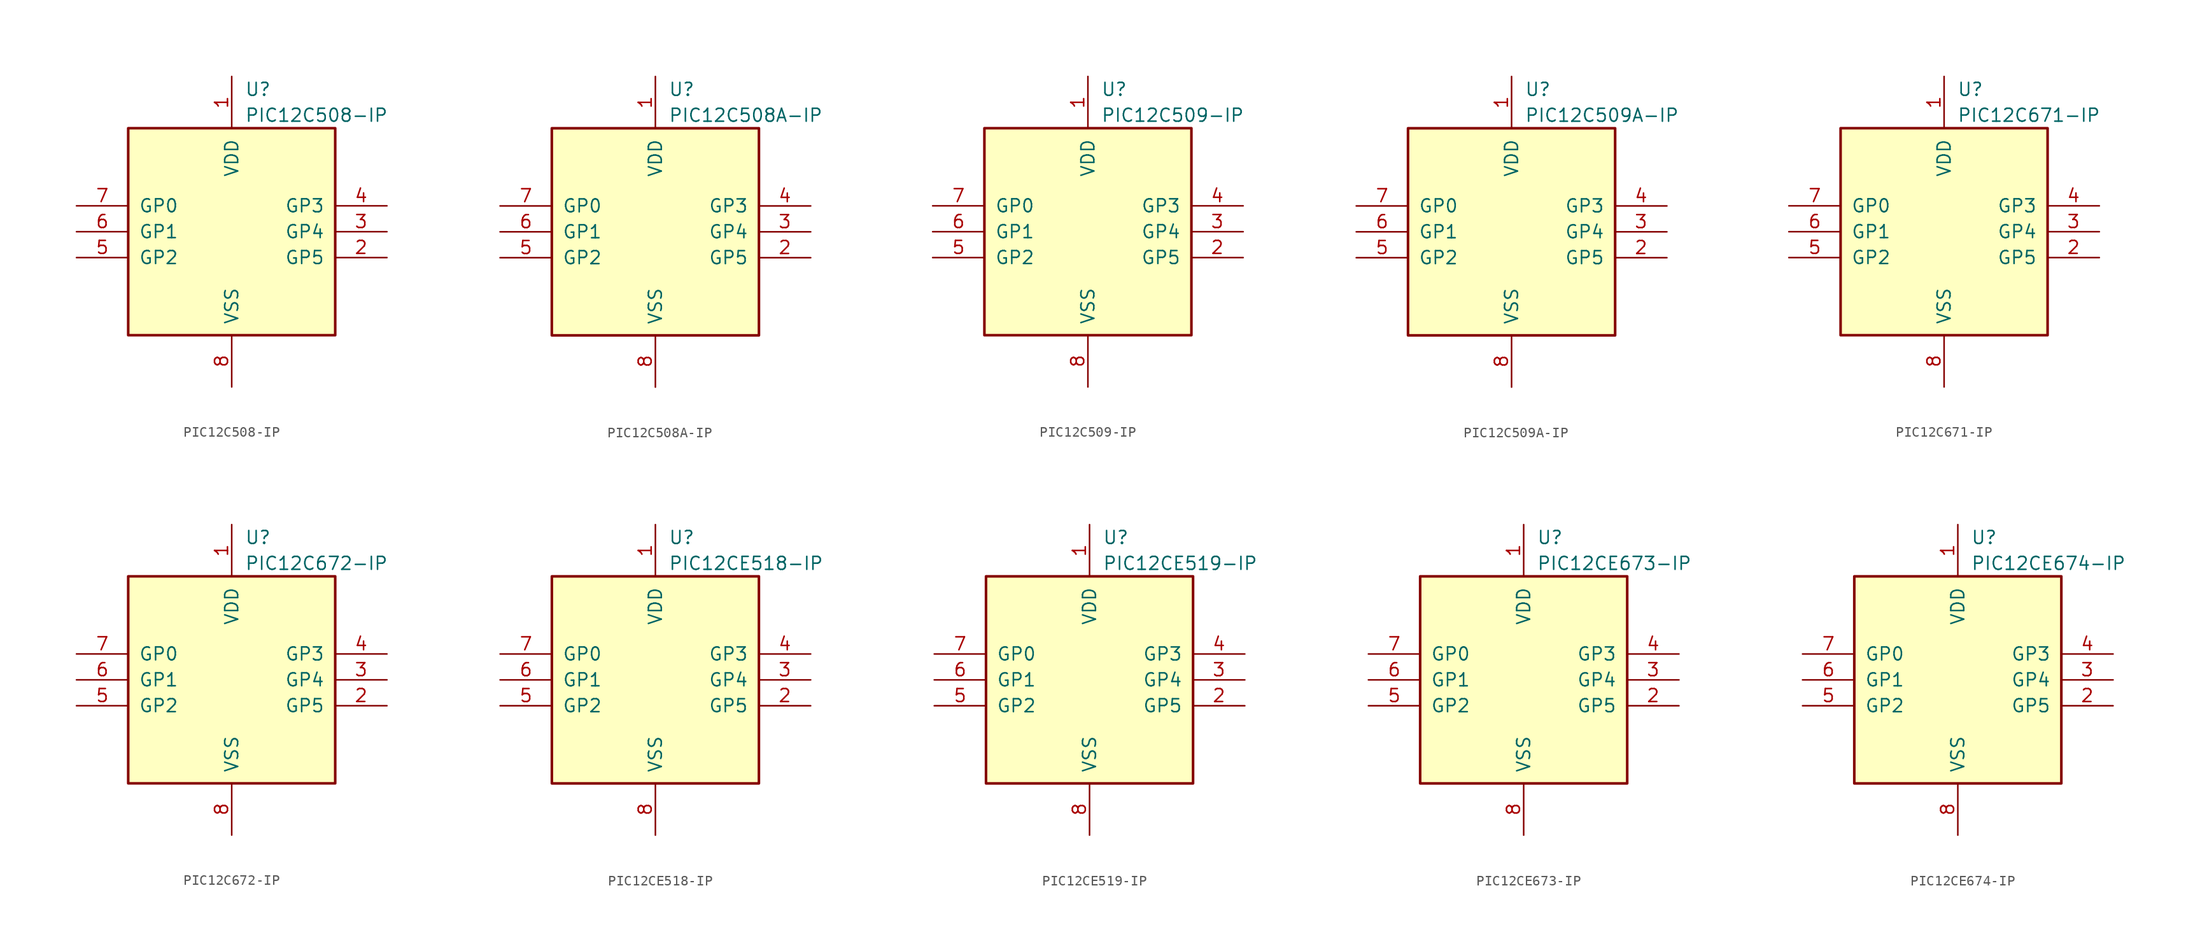
<source format=kicad_sym>
(kicad_symbol_lib
  (version 20211014)
  (generator kicad_symbol_editor)
  (symbol "PIC12C508-IP"
    (pin_names
      (offset 1.016))
    (property "Reference" "U"
      (at 1.27 13.97 0)
      (effects (font (size 1.27 1.27)) (justify left)))
    (property "Value" "PIC12C508-IP"
      (at 1.27 11.43 0)
      (effects (font (size 1.27 1.27)) (justify left)))
    (symbol "PIC12C508-IP_0_1"
      (rectangle (start 10.16 -10.16) (end -10.16 10.16) (stroke (width 0.254) (type default) (color 0 0 0 0)) (fill (type background))))
    (symbol "PIC12C508-IP_1_1"
      (pin power_in line (at 0 15.24 270) (length 5.08) (name "VDD" (effects (font (size 1.27 1.27)))) (number "1" (effects (font (size 1.27 1.27)))))
      (pin bidirectional line (at 15.24 -2.54 180) (length 5.08) (name "GP5" (effects (font (size 1.27 1.27)))) (number "2" (effects (font (size 1.27 1.27)))))
      (pin bidirectional line (at 15.24 0 180) (length 5.08) (name "GP4" (effects (font (size 1.27 1.27)))) (number "3" (effects (font (size 1.27 1.27)))))
      (pin input line (at 15.24 2.54 180) (length 5.08) (name "GP3" (effects (font (size 1.27 1.27)))) (number "4" (effects (font (size 1.27 1.27)))))
      (pin bidirectional line (at -15.24 -2.54 0) (length 5.08) (name "GP2" (effects (font (size 1.27 1.27)))) (number "5" (effects (font (size 1.27 1.27)))))
      (pin bidirectional line (at -15.24 0 0) (length 5.08) (name "GP1" (effects (font (size 1.27 1.27)))) (number "6" (effects (font (size 1.27 1.27)))))
      (pin bidirectional line (at -15.24 2.54 0) (length 5.08) (name "GP0" (effects (font (size 1.27 1.27)))) (number "7" (effects (font (size 1.27 1.27)))))
      (pin power_in line (at 0 -15.24 90) (length 5.08) (name "VSS" (effects (font (size 1.27 1.27)))) (number "8" (effects (font (size 1.27 1.27)))))))
  (symbol "PIC12C508A-IP"
    (pin_names
      (offset 1.016))
    (property "Reference" "U"
      (at 1.27 13.97 0)
      (effects (font (size 1.27 1.27)) (justify left)))
    (property "Value" "PIC12C508A-IP"
      (at 1.27 11.43 0)
      (effects (font (size 1.27 1.27)) (justify left)))
    (symbol "PIC12C508A-IP_0_1"
      (rectangle (start 10.16 -10.16) (end -10.16 10.16) (stroke (width 0.254) (type default) (color 0 0 0 0)) (fill (type background))))
    (symbol "PIC12C508A-IP_1_1"
      (pin power_in line (at 0 15.24 270) (length 5.08) (name "VDD" (effects (font (size 1.27 1.27)))) (number "1" (effects (font (size 1.27 1.27)))))
      (pin bidirectional line (at 15.24 -2.54 180) (length 5.08) (name "GP5" (effects (font (size 1.27 1.27)))) (number "2" (effects (font (size 1.27 1.27)))))
      (pin bidirectional line (at 15.24 0 180) (length 5.08) (name "GP4" (effects (font (size 1.27 1.27)))) (number "3" (effects (font (size 1.27 1.27)))))
      (pin input line (at 15.24 2.54 180) (length 5.08) (name "GP3" (effects (font (size 1.27 1.27)))) (number "4" (effects (font (size 1.27 1.27)))))
      (pin bidirectional line (at -15.24 -2.54 0) (length 5.08) (name "GP2" (effects (font (size 1.27 1.27)))) (number "5" (effects (font (size 1.27 1.27)))))
      (pin bidirectional line (at -15.24 0 0) (length 5.08) (name "GP1" (effects (font (size 1.27 1.27)))) (number "6" (effects (font (size 1.27 1.27)))))
      (pin bidirectional line (at -15.24 2.54 0) (length 5.08) (name "GP0" (effects (font (size 1.27 1.27)))) (number "7" (effects (font (size 1.27 1.27)))))
      (pin power_in line (at 0 -15.24 90) (length 5.08) (name "VSS" (effects (font (size 1.27 1.27)))) (number "8" (effects (font (size 1.27 1.27)))))))
  (symbol "PIC12C509-IP"
    (pin_names
      (offset 1.016))
    (property "Reference" "U"
      (at 1.27 13.97 0)
      (effects (font (size 1.27 1.27)) (justify left)))
    (property "Value" "PIC12C509-IP"
      (at 1.27 11.43 0)
      (effects (font (size 1.27 1.27)) (justify left)))
    (symbol "PIC12C509-IP_0_1"
      (rectangle (start 10.16 -10.16) (end -10.16 10.16) (stroke (width 0.254) (type default) (color 0 0 0 0)) (fill (type background))))
    (symbol "PIC12C509-IP_1_1"
      (pin power_in line (at 0 15.24 270) (length 5.08) (name "VDD" (effects (font (size 1.27 1.27)))) (number "1" (effects (font (size 1.27 1.27)))))
      (pin bidirectional line (at 15.24 -2.54 180) (length 5.08) (name "GP5" (effects (font (size 1.27 1.27)))) (number "2" (effects (font (size 1.27 1.27)))))
      (pin bidirectional line (at 15.24 0 180) (length 5.08) (name "GP4" (effects (font (size 1.27 1.27)))) (number "3" (effects (font (size 1.27 1.27)))))
      (pin input line (at 15.24 2.54 180) (length 5.08) (name "GP3" (effects (font (size 1.27 1.27)))) (number "4" (effects (font (size 1.27 1.27)))))
      (pin bidirectional line (at -15.24 -2.54 0) (length 5.08) (name "GP2" (effects (font (size 1.27 1.27)))) (number "5" (effects (font (size 1.27 1.27)))))
      (pin bidirectional line (at -15.24 0 0) (length 5.08) (name "GP1" (effects (font (size 1.27 1.27)))) (number "6" (effects (font (size 1.27 1.27)))))
      (pin bidirectional line (at -15.24 2.54 0) (length 5.08) (name "GP0" (effects (font (size 1.27 1.27)))) (number "7" (effects (font (size 1.27 1.27)))))
      (pin power_in line (at 0 -15.24 90) (length 5.08) (name "VSS" (effects (font (size 1.27 1.27)))) (number "8" (effects (font (size 1.27 1.27)))))))
  (symbol "PIC12C509A-IP"
    (pin_names
      (offset 1.016))
    (property "Reference" "U"
      (at 1.27 13.97 0)
      (effects (font (size 1.27 1.27)) (justify left)))
    (property "Value" "PIC12C509A-IP"
      (at 1.27 11.43 0)
      (effects (font (size 1.27 1.27)) (justify left)))
    (symbol "PIC12C509A-IP_0_1"
      (rectangle (start 10.16 -10.16) (end -10.16 10.16) (stroke (width 0.254) (type default) (color 0 0 0 0)) (fill (type background))))
    (symbol "PIC12C509A-IP_1_1"
      (pin power_in line (at 0 15.24 270) (length 5.08) (name "VDD" (effects (font (size 1.27 1.27)))) (number "1" (effects (font (size 1.27 1.27)))))
      (pin bidirectional line (at 15.24 -2.54 180) (length 5.08) (name "GP5" (effects (font (size 1.27 1.27)))) (number "2" (effects (font (size 1.27 1.27)))))
      (pin bidirectional line (at 15.24 0 180) (length 5.08) (name "GP4" (effects (font (size 1.27 1.27)))) (number "3" (effects (font (size 1.27 1.27)))))
      (pin input line (at 15.24 2.54 180) (length 5.08) (name "GP3" (effects (font (size 1.27 1.27)))) (number "4" (effects (font (size 1.27 1.27)))))
      (pin bidirectional line (at -15.24 -2.54 0) (length 5.08) (name "GP2" (effects (font (size 1.27 1.27)))) (number "5" (effects (font (size 1.27 1.27)))))
      (pin bidirectional line (at -15.24 0 0) (length 5.08) (name "GP1" (effects (font (size 1.27 1.27)))) (number "6" (effects (font (size 1.27 1.27)))))
      (pin bidirectional line (at -15.24 2.54 0) (length 5.08) (name "GP0" (effects (font (size 1.27 1.27)))) (number "7" (effects (font (size 1.27 1.27)))))
      (pin power_in line (at 0 -15.24 90) (length 5.08) (name "VSS" (effects (font (size 1.27 1.27)))) (number "8" (effects (font (size 1.27 1.27)))))))
  (symbol "PIC12C671-IP"
    (pin_names
      (offset 1.016))
    (property "Reference" "U"
      (at 1.27 13.97 0)
      (effects (font (size 1.27 1.27)) (justify left)))
    (property "Value" "PIC12C671-IP"
      (at 1.27 11.43 0)
      (effects (font (size 1.27 1.27)) (justify left)))
    (symbol "PIC12C671-IP_0_1"
      (rectangle (start 10.16 -10.16) (end -10.16 10.16) (stroke (width 0.254) (type default) (color 0 0 0 0)) (fill (type background))))
    (symbol "PIC12C671-IP_1_1"
      (pin power_in line (at 0 15.24 270) (length 5.08) (name "VDD" (effects (font (size 1.27 1.27)))) (number "1" (effects (font (size 1.27 1.27)))))
      (pin bidirectional line (at 15.24 -2.54 180) (length 5.08) (name "GP5" (effects (font (size 1.27 1.27)))) (number "2" (effects (font (size 1.27 1.27)))))
      (pin bidirectional line (at 15.24 0 180) (length 5.08) (name "GP4" (effects (font (size 1.27 1.27)))) (number "3" (effects (font (size 1.27 1.27)))))
      (pin input line (at 15.24 2.54 180) (length 5.08) (name "GP3" (effects (font (size 1.27 1.27)))) (number "4" (effects (font (size 1.27 1.27)))))
      (pin bidirectional line (at -15.24 -2.54 0) (length 5.08) (name "GP2" (effects (font (size 1.27 1.27)))) (number "5" (effects (font (size 1.27 1.27)))))
      (pin bidirectional line (at -15.24 0 0) (length 5.08) (name "GP1" (effects (font (size 1.27 1.27)))) (number "6" (effects (font (size 1.27 1.27)))))
      (pin bidirectional line (at -15.24 2.54 0) (length 5.08) (name "GP0" (effects (font (size 1.27 1.27)))) (number "7" (effects (font (size 1.27 1.27)))))
      (pin power_in line (at 0 -15.24 90) (length 5.08) (name "VSS" (effects (font (size 1.27 1.27)))) (number "8" (effects (font (size 1.27 1.27)))))))
  (symbol "PIC12C672-IP"
    (pin_names
      (offset 1.016))
    (property "Reference" "U"
      (at 1.27 13.97 0)
      (effects (font (size 1.27 1.27)) (justify left)))
    (property "Value" "PIC12C672-IP"
      (at 1.27 11.43 0)
      (effects (font (size 1.27 1.27)) (justify left)))
    (symbol "PIC12C672-IP_0_1"
      (rectangle (start 10.16 -10.16) (end -10.16 10.16) (stroke (width 0.254) (type default) (color 0 0 0 0)) (fill (type background))))
    (symbol "PIC12C672-IP_1_1"
      (pin power_in line (at 0 15.24 270) (length 5.08) (name "VDD" (effects (font (size 1.27 1.27)))) (number "1" (effects (font (size 1.27 1.27)))))
      (pin bidirectional line (at 15.24 -2.54 180) (length 5.08) (name "GP5" (effects (font (size 1.27 1.27)))) (number "2" (effects (font (size 1.27 1.27)))))
      (pin bidirectional line (at 15.24 0 180) (length 5.08) (name "GP4" (effects (font (size 1.27 1.27)))) (number "3" (effects (font (size 1.27 1.27)))))
      (pin input line (at 15.24 2.54 180) (length 5.08) (name "GP3" (effects (font (size 1.27 1.27)))) (number "4" (effects (font (size 1.27 1.27)))))
      (pin bidirectional line (at -15.24 -2.54 0) (length 5.08) (name "GP2" (effects (font (size 1.27 1.27)))) (number "5" (effects (font (size 1.27 1.27)))))
      (pin bidirectional line (at -15.24 0 0) (length 5.08) (name "GP1" (effects (font (size 1.27 1.27)))) (number "6" (effects (font (size 1.27 1.27)))))
      (pin bidirectional line (at -15.24 2.54 0) (length 5.08) (name "GP0" (effects (font (size 1.27 1.27)))) (number "7" (effects (font (size 1.27 1.27)))))
      (pin power_in line (at 0 -15.24 90) (length 5.08) (name "VSS" (effects (font (size 1.27 1.27)))) (number "8" (effects (font (size 1.27 1.27)))))))
  (symbol "PIC12CE518-IP"
    (pin_names
      (offset 1.016))
    (property "Reference" "U"
      (at 1.27 13.97 0)
      (effects (font (size 1.27 1.27)) (justify left)))
    (property "Value" "PIC12CE518-IP"
      (at 1.27 11.43 0)
      (effects (font (size 1.27 1.27)) (justify left)))
    (symbol "PIC12CE518-IP_0_1"
      (rectangle (start 10.16 -10.16) (end -10.16 10.16) (stroke (width 0.254) (type default) (color 0 0 0 0)) (fill (type background))))
    (symbol "PIC12CE518-IP_1_1"
      (pin power_in line (at 0 15.24 270) (length 5.08) (name "VDD" (effects (font (size 1.27 1.27)))) (number "1" (effects (font (size 1.27 1.27)))))
      (pin bidirectional line (at 15.24 -2.54 180) (length 5.08) (name "GP5" (effects (font (size 1.27 1.27)))) (number "2" (effects (font (size 1.27 1.27)))))
      (pin bidirectional line (at 15.24 0 180) (length 5.08) (name "GP4" (effects (font (size 1.27 1.27)))) (number "3" (effects (font (size 1.27 1.27)))))
      (pin input line (at 15.24 2.54 180) (length 5.08) (name "GP3" (effects (font (size 1.27 1.27)))) (number "4" (effects (font (size 1.27 1.27)))))
      (pin bidirectional line (at -15.24 -2.54 0) (length 5.08) (name "GP2" (effects (font (size 1.27 1.27)))) (number "5" (effects (font (size 1.27 1.27)))))
      (pin bidirectional line (at -15.24 0 0) (length 5.08) (name "GP1" (effects (font (size 1.27 1.27)))) (number "6" (effects (font (size 1.27 1.27)))))
      (pin bidirectional line (at -15.24 2.54 0) (length 5.08) (name "GP0" (effects (font (size 1.27 1.27)))) (number "7" (effects (font (size 1.27 1.27)))))
      (pin power_in line (at 0 -15.24 90) (length 5.08) (name "VSS" (effects (font (size 1.27 1.27)))) (number "8" (effects (font (size 1.27 1.27)))))))
  (symbol "PIC12CE519-IP"
    (pin_names
      (offset 1.016))
    (property "Reference" "U"
      (at 1.27 13.97 0)
      (effects (font (size 1.27 1.27)) (justify left)))
    (property "Value" "PIC12CE519-IP"
      (at 1.27 11.43 0)
      (effects (font (size 1.27 1.27)) (justify left)))
    (symbol "PIC12CE519-IP_0_1"
      (rectangle (start 10.16 -10.16) (end -10.16 10.16) (stroke (width 0.254) (type default) (color 0 0 0 0)) (fill (type background))))
    (symbol "PIC12CE519-IP_1_1"
      (pin power_in line (at 0 15.24 270) (length 5.08) (name "VDD" (effects (font (size 1.27 1.27)))) (number "1" (effects (font (size 1.27 1.27)))))
      (pin bidirectional line (at 15.24 -2.54 180) (length 5.08) (name "GP5" (effects (font (size 1.27 1.27)))) (number "2" (effects (font (size 1.27 1.27)))))
      (pin bidirectional line (at 15.24 0 180) (length 5.08) (name "GP4" (effects (font (size 1.27 1.27)))) (number "3" (effects (font (size 1.27 1.27)))))
      (pin input line (at 15.24 2.54 180) (length 5.08) (name "GP3" (effects (font (size 1.27 1.27)))) (number "4" (effects (font (size 1.27 1.27)))))
      (pin bidirectional line (at -15.24 -2.54 0) (length 5.08) (name "GP2" (effects (font (size 1.27 1.27)))) (number "5" (effects (font (size 1.27 1.27)))))
      (pin bidirectional line (at -15.24 0 0) (length 5.08) (name "GP1" (effects (font (size 1.27 1.27)))) (number "6" (effects (font (size 1.27 1.27)))))
      (pin bidirectional line (at -15.24 2.54 0) (length 5.08) (name "GP0" (effects (font (size 1.27 1.27)))) (number "7" (effects (font (size 1.27 1.27)))))
      (pin power_in line (at 0 -15.24 90) (length 5.08) (name "VSS" (effects (font (size 1.27 1.27)))) (number "8" (effects (font (size 1.27 1.27)))))))
  (symbol "PIC12CE673-IP"
    (pin_names
      (offset 1.016))
    (property "Reference" "U"
      (at 1.27 13.97 0)
      (effects (font (size 1.27 1.27)) (justify left)))
    (property "Value" "PIC12CE673-IP"
      (at 1.27 11.43 0)
      (effects (font (size 1.27 1.27)) (justify left)))
    (symbol "PIC12CE673-IP_0_1"
      (rectangle (start 10.16 -10.16) (end -10.16 10.16) (stroke (width 0.254) (type default) (color 0 0 0 0)) (fill (type background))))
    (symbol "PIC12CE673-IP_1_1"
      (pin power_in line (at 0 15.24 270) (length 5.08) (name "VDD" (effects (font (size 1.27 1.27)))) (number "1" (effects (font (size 1.27 1.27)))))
      (pin bidirectional line (at 15.24 -2.54 180) (length 5.08) (name "GP5" (effects (font (size 1.27 1.27)))) (number "2" (effects (font (size 1.27 1.27)))))
      (pin bidirectional line (at 15.24 0 180) (length 5.08) (name "GP4" (effects (font (size 1.27 1.27)))) (number "3" (effects (font (size 1.27 1.27)))))
      (pin input line (at 15.24 2.54 180) (length 5.08) (name "GP3" (effects (font (size 1.27 1.27)))) (number "4" (effects (font (size 1.27 1.27)))))
      (pin bidirectional line (at -15.24 -2.54 0) (length 5.08) (name "GP2" (effects (font (size 1.27 1.27)))) (number "5" (effects (font (size 1.27 1.27)))))
      (pin bidirectional line (at -15.24 0 0) (length 5.08) (name "GP1" (effects (font (size 1.27 1.27)))) (number "6" (effects (font (size 1.27 1.27)))))
      (pin bidirectional line (at -15.24 2.54 0) (length 5.08) (name "GP0" (effects (font (size 1.27 1.27)))) (number "7" (effects (font (size 1.27 1.27)))))
      (pin power_in line (at 0 -15.24 90) (length 5.08) (name "VSS" (effects (font (size 1.27 1.27)))) (number "8" (effects (font (size 1.27 1.27)))))))
  (symbol "PIC12CE674-IP"
    (pin_names
      (offset 1.016))
    (property "Reference" "U"
      (at 1.27 13.97 0)
      (effects (font (size 1.27 1.27)) (justify left)))
    (property "Value" "PIC12CE674-IP"
      (at 1.27 11.43 0)
      (effects (font (size 1.27 1.27)) (justify left)))
    (symbol "PIC12CE674-IP_0_1"
      (rectangle (start 10.16 -10.16) (end -10.16 10.16) (stroke (width 0.254) (type default) (color 0 0 0 0)) (fill (type background))))
    (symbol "PIC12CE674-IP_1_1"
      (pin power_in line (at 0 15.24 270) (length 5.08) (name "VDD" (effects (font (size 1.27 1.27)))) (number "1" (effects (font (size 1.27 1.27)))))
      (pin bidirectional line (at 15.24 -2.54 180) (length 5.08) (name "GP5" (effects (font (size 1.27 1.27)))) (number "2" (effects (font (size 1.27 1.27)))))
      (pin bidirectional line (at 15.24 0 180) (length 5.08) (name "GP4" (effects (font (size 1.27 1.27)))) (number "3" (effects (font (size 1.27 1.27)))))
      (pin input line (at 15.24 2.54 180) (length 5.08) (name "GP3" (effects (font (size 1.27 1.27)))) (number "4" (effects (font (size 1.27 1.27)))))
      (pin bidirectional line (at -15.24 -2.54 0) (length 5.08) (name "GP2" (effects (font (size 1.27 1.27)))) (number "5" (effects (font (size 1.27 1.27)))))
      (pin bidirectional line (at -15.24 0 0) (length 5.08) (name "GP1" (effects (font (size 1.27 1.27)))) (number "6" (effects (font (size 1.27 1.27)))))
      (pin bidirectional line (at -15.24 2.54 0) (length 5.08) (name "GP0" (effects (font (size 1.27 1.27)))) (number "7" (effects (font (size 1.27 1.27)))))
      (pin power_in line (at 0 -15.24 90) (length 5.08) (name "VSS" (effects (font (size 1.27 1.27)))) (number "8" (effects (font (size 1.27 1.27))))))))
</source>
